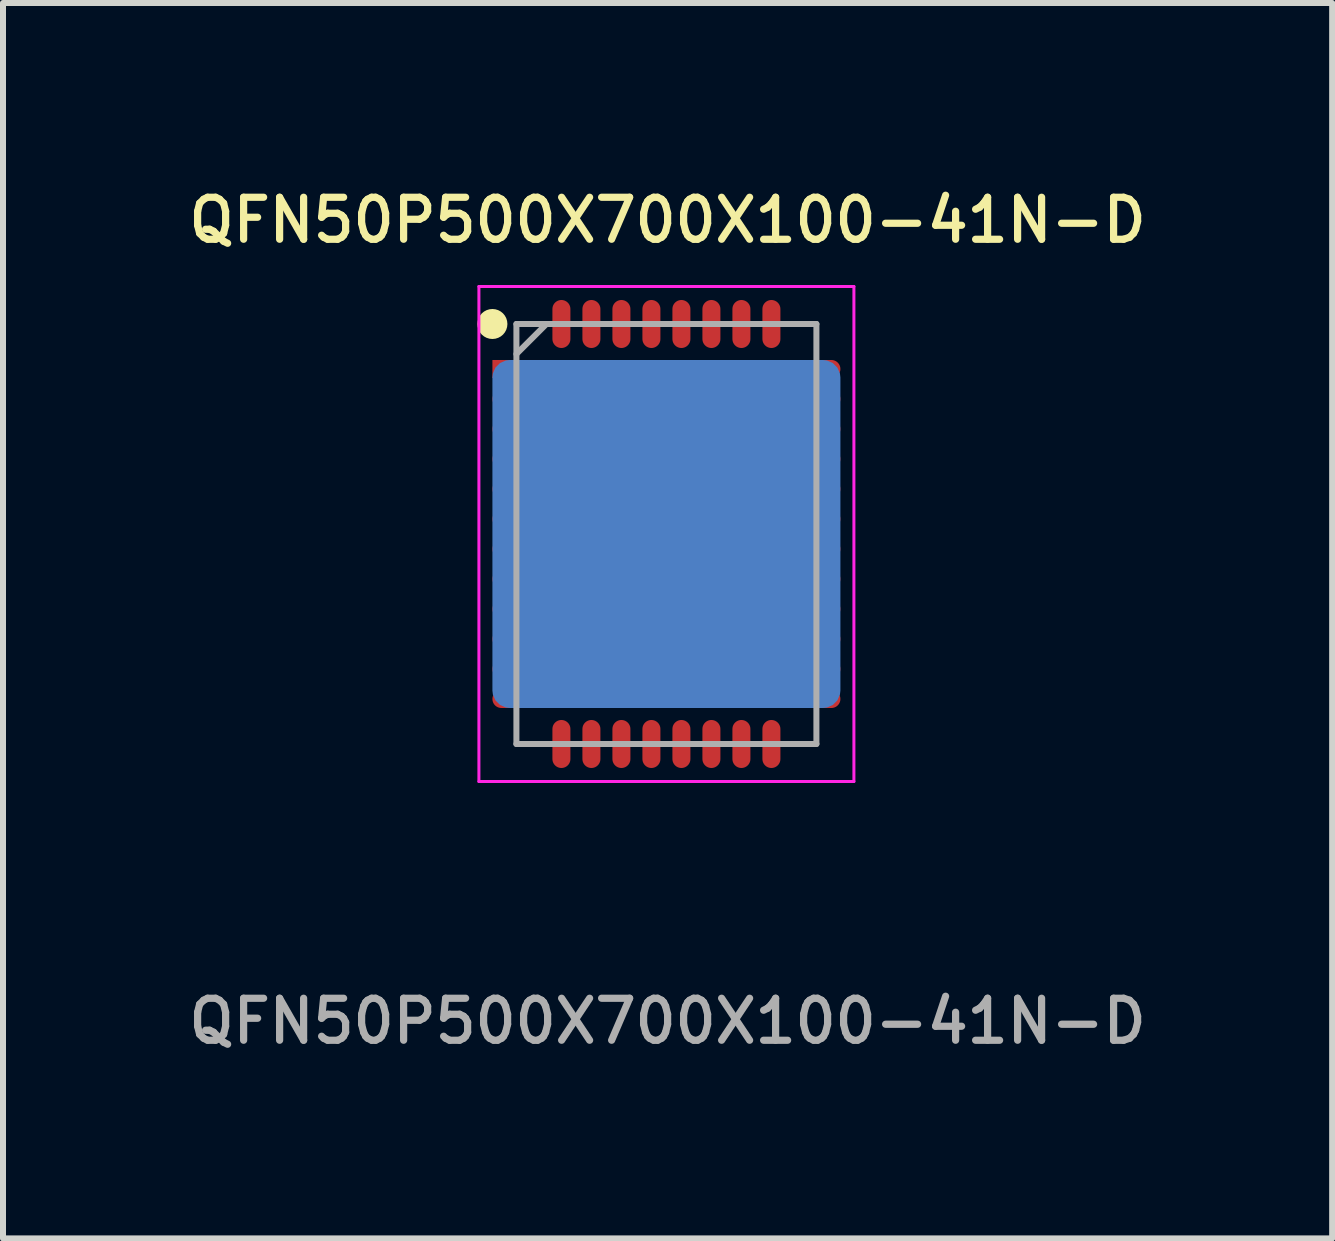
<source format=kicad_pcb>
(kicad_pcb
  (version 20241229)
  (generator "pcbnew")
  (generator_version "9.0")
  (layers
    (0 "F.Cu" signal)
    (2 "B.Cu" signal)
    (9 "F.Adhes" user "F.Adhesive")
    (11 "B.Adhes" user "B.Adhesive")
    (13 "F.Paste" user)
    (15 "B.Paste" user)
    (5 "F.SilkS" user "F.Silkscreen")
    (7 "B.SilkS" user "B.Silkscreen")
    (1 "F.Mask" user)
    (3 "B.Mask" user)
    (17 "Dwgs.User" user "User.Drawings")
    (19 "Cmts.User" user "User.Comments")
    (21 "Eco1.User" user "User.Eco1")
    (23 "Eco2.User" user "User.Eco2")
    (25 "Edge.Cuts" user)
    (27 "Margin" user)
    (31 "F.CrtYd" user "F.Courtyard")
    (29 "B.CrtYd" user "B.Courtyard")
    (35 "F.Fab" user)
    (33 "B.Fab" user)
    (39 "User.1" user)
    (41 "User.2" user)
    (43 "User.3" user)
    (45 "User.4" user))
  (footprint "QFN50P500X700X100-41N-D"
    (layer "F.Cu")
    (at 8.057 5.85)
    (property "Reference" "QFN50P500X700X100-41N-D" (at 0.02 -5.23 0) (layer "F.SilkS") (effects (font (size 0.7 0.7) (thickness 0.12))))
    (attr smd)
    (fp_circle (center -2.9 -3.5) (end -2.9 -3.375) (stroke (width 0.25) (type solid)) (fill no) (layer "F.SilkS"))
    (fp_line (start -3.125 -4.125) (end 3.125 -4.125) (stroke (width 0.05) (type solid)) (layer "F.CrtYd"))
    (fp_line (start -3.125 4.125) (end -3.125 -4.125) (stroke (width 0.05) (type solid)) (layer "F.CrtYd"))
    (fp_line (start 3.125 -4.125) (end 3.125 4.125) (stroke (width 0.05) (type solid)) (layer "F.CrtYd"))
    (fp_line (start 3.125 4.125) (end -3.125 4.125) (stroke (width 0.05) (type solid)) (layer "F.CrtYd"))
    (fp_line (start -2.5 -3.5) (end 2.5 -3.5) (stroke (width 0.1) (type solid)) (layer "F.Fab"))
    (fp_line (start -2.5 -3) (end -2 -3.5) (stroke (width 0.1) (type solid)) (layer "F.Fab"))
    (fp_line (start -2.5 3.5) (end -2.5 -3.5) (stroke (width 0.1) (type solid)) (layer "F.Fab"))
    (fp_line (start 2.5 -3.5) (end 2.5 3.5) (stroke (width 0.1) (type solid)) (layer "F.Fab"))
    (fp_line (start 2.5 3.5) (end -2.5 3.5) (stroke (width 0.1) (type solid)) (layer "F.Fab"))
    (fp_text user "${REFERENCE}" (at 0.02 8.12 0) (layer "F.Fab") (effects (font (size 0.7 0.7) (thickness 0.12))))
    (pad "1" smd rect (at -2.5 -2.75 90) (size 0.3 0.8) (layers "F.Cu" "F.Mask" "F.Paste"))
    (pad "2" smd oval (at -2.5 -2.25 90) (size 0.3 0.8) (layers "F.Cu" "F.Mask" "F.Paste"))
    (pad "3" smd oval (at -2.5 -1.75 90) (size 0.3 0.8) (layers "F.Cu" "F.Mask" "F.Paste"))
    (pad "4" smd oval (at -2.5 -1.25 90) (size 0.3 0.8) (layers "F.Cu" "F.Mask" "F.Paste"))
    (pad "5" smd oval (at -2.5 -0.75 90) (size 0.3 0.8) (layers "F.Cu" "F.Mask" "F.Paste"))
    (pad "6" smd oval (at -2.5 -0.25 90) (size 0.3 0.8) (layers "F.Cu" "F.Mask" "F.Paste"))
    (pad "7" smd oval (at -2.5 0.25 90) (size 0.3 0.8) (layers "F.Cu" "F.Mask" "F.Paste"))
    (pad "8" smd oval (at -2.5 0.75 90) (size 0.3 0.8) (layers "F.Cu" "F.Mask" "F.Paste"))
    (pad "9" smd oval (at -2.5 1.25 90) (size 0.3 0.8) (layers "F.Cu" "F.Mask" "F.Paste"))
    (pad "10" smd oval (at -2.5 1.75 90) (size 0.3 0.8) (layers "F.Cu" "F.Mask" "F.Paste"))
    (pad "11" smd oval (at -2.5 2.25 90) (size 0.3 0.8) (layers "F.Cu" "F.Mask" "F.Paste"))
    (pad "12" smd oval (at -2.5 2.75 90) (size 0.3 0.8) (layers "F.Cu" "F.Mask" "F.Paste"))
    (pad "13" smd oval (at -1.75 3.5) (size 0.3 0.8) (layers "F.Cu" "F.Mask" "F.Paste"))
    (pad "14" smd oval (at -1.25 3.5) (size 0.3 0.8) (layers "F.Cu" "F.Mask" "F.Paste"))
    (pad "15" smd oval (at -0.75 3.5) (size 0.3 0.8) (layers "F.Cu" "F.Mask" "F.Paste"))
    (pad "16" smd oval (at -0.25 3.5) (size 0.3 0.8) (layers "F.Cu" "F.Mask" "F.Paste"))
    (pad "17" smd oval (at 0.25 3.5) (size 0.3 0.8) (layers "F.Cu" "F.Mask" "F.Paste"))
    (pad "18" smd oval (at 0.75 3.5) (size 0.3 0.8) (layers "F.Cu" "F.Mask" "F.Paste"))
    (pad "19" smd oval (at 1.25 3.5) (size 0.3 0.8) (layers "F.Cu" "F.Mask" "F.Paste"))
    (pad "20" smd oval (at 1.75 3.5) (size 0.3 0.8) (layers "F.Cu" "F.Mask" "F.Paste"))
    (pad "21" smd oval (at 2.5 2.75 90) (size 0.3 0.8) (layers "F.Cu" "F.Mask" "F.Paste"))
    (pad "22" smd oval (at 2.5 2.25 90) (size 0.3 0.8) (layers "F.Cu" "F.Mask" "F.Paste"))
    (pad "23" smd oval (at 2.5 1.75 90) (size 0.3 0.8) (layers "F.Cu" "F.Mask" "F.Paste"))
    (pad "24" smd oval (at 2.5 1.25 90) (size 0.3 0.8) (layers "F.Cu" "F.Mask" "F.Paste"))
    (pad "25" smd oval (at 2.5 0.75 90) (size 0.3 0.8) (layers "F.Cu" "F.Mask" "F.Paste"))
    (pad "26" smd oval (at 2.5 0.25 90) (size 0.3 0.8) (layers "F.Cu" "F.Mask" "F.Paste"))
    (pad "27" smd oval (at 2.5 -0.25 90) (size 0.3 0.8) (layers "F.Cu" "F.Mask" "F.Paste"))
    (pad "28" smd oval (at 2.5 -0.75 90) (size 0.3 0.8) (layers "F.Cu" "F.Mask" "F.Paste"))
    (pad "29" smd oval (at 2.5 -1.25 90) (size 0.3 0.8) (layers "F.Cu" "F.Mask" "F.Paste"))
    (pad "30" smd oval (at 2.5 -1.75 90) (size 0.3 0.8) (layers "F.Cu" "F.Mask" "F.Paste"))
    (pad "31" smd oval (at 2.5 -2.25 90) (size 0.3 0.8) (layers "F.Cu" "F.Mask" "F.Paste"))
    (pad "32" smd oval (at 2.5 -2.75 90) (size 0.3 0.8) (layers "F.Cu" "F.Mask" "F.Paste"))
    (pad "33" smd oval (at 1.75 -3.5) (size 0.3 0.8) (layers "F.Cu" "F.Mask" "F.Paste"))
    (pad "34" smd oval (at 1.25 -3.5) (size 0.3 0.8) (layers "F.Cu" "F.Mask" "F.Paste"))
    (pad "35" smd oval (at 0.75 -3.5) (size 0.3 0.8) (layers "F.Cu" "F.Mask" "F.Paste"))
    (pad "36" smd oval (at 0.25 -3.5) (size 0.3 0.8) (layers "F.Cu" "F.Mask" "F.Paste"))
    (pad "37" smd oval (at -0.25 -3.5) (size 0.3 0.8) (layers "F.Cu" "F.Mask" "F.Paste"))
    (pad "38" smd oval (at -0.75 -3.5) (size 0.3 0.8) (layers "F.Cu" "F.Mask" "F.Paste"))
    (pad "39" smd oval (at -1.25 -3.5) (size 0.3 0.8) (layers "F.Cu" "F.Mask" "F.Paste"))
    (pad "40" smd oval (at -1.75 -3.5) (size 0.3 0.8) (layers "F.Cu" "F.Mask" "F.Paste"))
    (pad "41" smd roundrect (at 0 0) (size 3.8 5.8) (layers "F.Cu" "F.Mask" "F.Paste") (roundrect_rratio 0.05))
    (pad "41" smd roundrect (at 0 0) (size 5.8 5.8) (layers "B.Cu" "B.Mask" "B.Paste") (roundrect_rratio 0.05)))
  (gr_rect
    (start -3 -3)
    (end 19.153 17.59)
    (stroke (width 0.1) (type default))
    (fill no)
    (layer "Edge.Cuts")))
</source>
